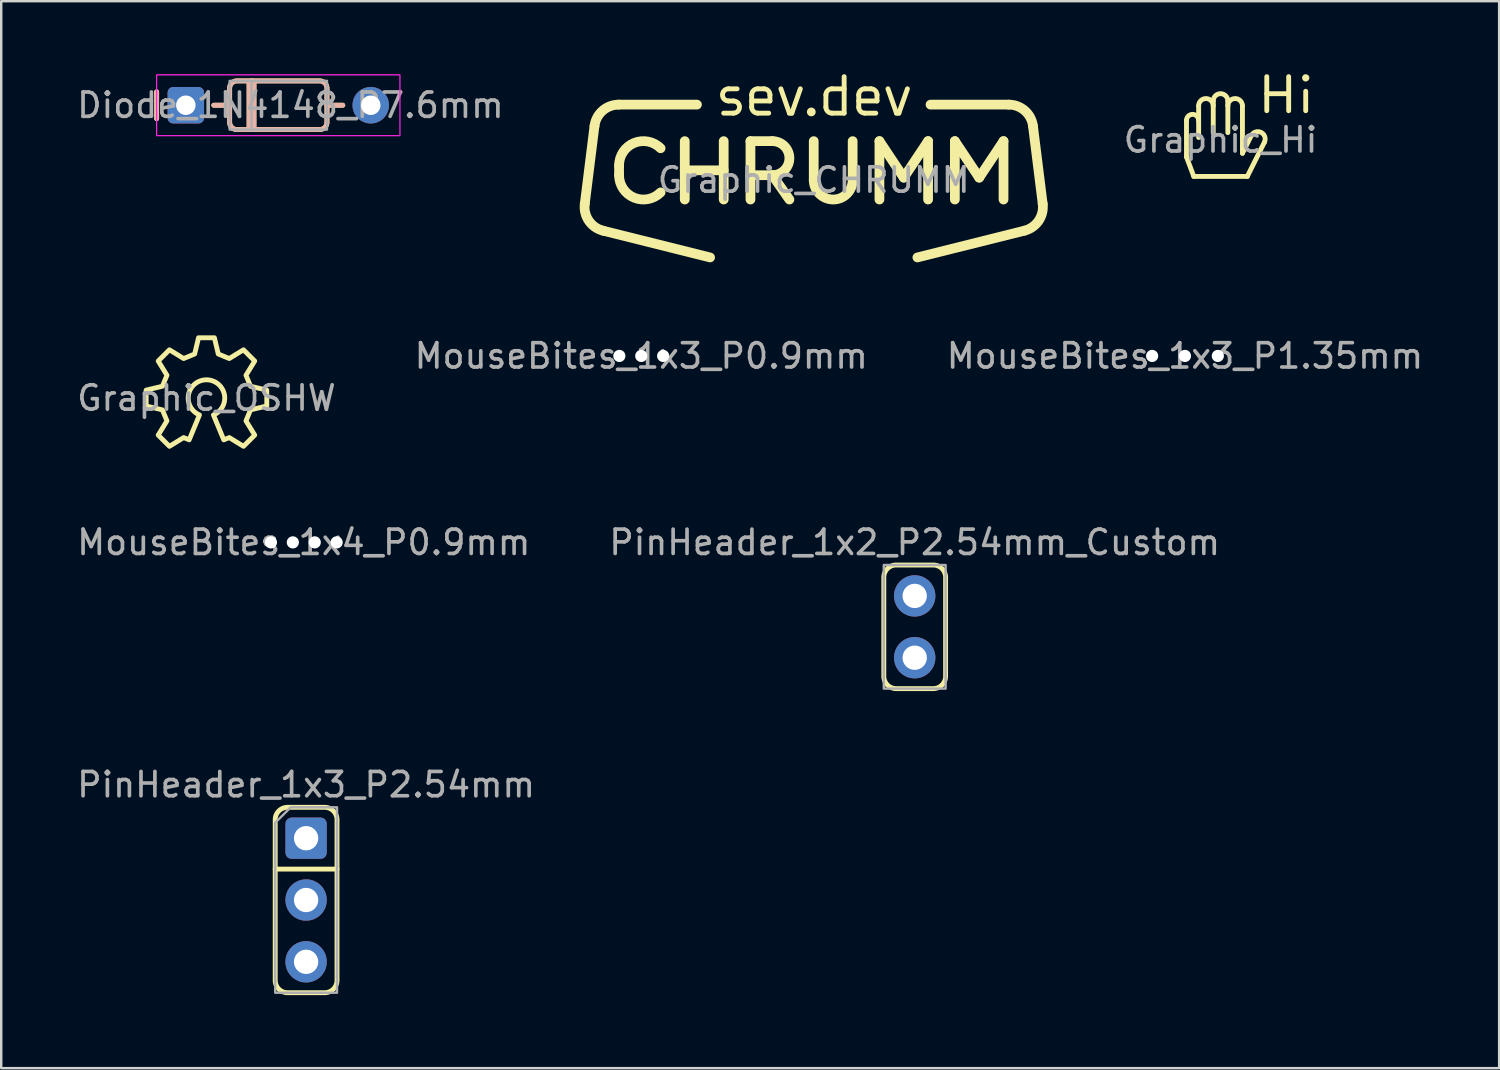
<source format=kicad_pcb>
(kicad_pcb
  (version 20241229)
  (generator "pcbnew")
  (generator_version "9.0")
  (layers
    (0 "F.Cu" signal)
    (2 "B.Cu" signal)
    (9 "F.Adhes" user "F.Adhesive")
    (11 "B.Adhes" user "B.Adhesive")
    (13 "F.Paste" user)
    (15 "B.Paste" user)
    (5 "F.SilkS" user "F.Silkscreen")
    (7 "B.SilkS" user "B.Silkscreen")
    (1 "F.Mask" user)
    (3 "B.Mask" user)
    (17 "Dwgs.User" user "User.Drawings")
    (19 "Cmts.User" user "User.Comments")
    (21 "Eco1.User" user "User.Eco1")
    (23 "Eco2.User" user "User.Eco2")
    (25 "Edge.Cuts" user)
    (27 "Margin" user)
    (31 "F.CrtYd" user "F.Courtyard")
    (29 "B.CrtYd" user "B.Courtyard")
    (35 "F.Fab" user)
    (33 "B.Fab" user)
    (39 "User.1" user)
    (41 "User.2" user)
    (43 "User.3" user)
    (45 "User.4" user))
  (footprint "Graphic_CHRUMM"
    (layer "F.Cu")
    (at 30.392 4.35)
    (property "Reference" "Graphic_CHRUMM" (at 0 0 0) (layer "F.Fab") (effects (font (size 1 1) (thickness 0.15))))
    (attr board_only exclude_from_pos_files exclude_from_bom allow_missing_courtyard)
    (fp_line (start -9.01 -2.22) (end -9.41 0.98) (stroke (width 0.4) (type solid)) (layer "F.SilkS"))
    (fp_line (start -8 -0.6) (end -8 -0.2) (stroke (width 0.4) (type solid)) (layer "F.SilkS"))
    (fp_line (start -5.3 -1.6) (end -5.3 0.8) (stroke (width 0.4) (type solid)) (layer "F.SilkS"))
    (fp_line (start -5.3 -0.4) (end -3.7 -0.4) (stroke (width 0.4) (type solid)) (layer "F.SilkS"))
    (fp_line (start -4.8 -3.1) (end -8.02 -3.1) (stroke (width 0.4) (type solid)) (layer "F.SilkS"))
    (fp_line (start -4.26 3.18) (end -8.66 2.08) (stroke (width 0.4) (type solid)) (layer "F.SilkS"))
    (fp_line (start -3.7 -1.6) (end -3.7 0.8) (stroke (width 0.4) (type solid)) (layer "F.SilkS"))
    (fp_line (start -3.5 -3.75) (end -3.15 -3.75) (stroke (width 0.2) (type solid)) (layer "F.SilkS"))
    (fp_line (start -3.5 -3.25) (end -3.3 -3.25) (stroke (width 0.2) (type solid)) (layer "F.SilkS"))
    (fp_line (start -3.3 -2.75) (end -3.7 -2.75) (stroke (width 0.2) (type solid)) (layer "F.SilkS"))
    (fp_line (start -2.6 -1.6) (end -2.6 0.8) (stroke (width 0.4) (type solid)) (layer "F.SilkS"))
    (fp_line (start -2.6 -0.2) (end -1.7 -0.2) (stroke (width 0.4) (type solid)) (layer "F.SilkS"))
    (fp_line (start -2.55 -3.5) (end -2.55 -3) (stroke (width 0.2) (type solid)) (layer "F.SilkS"))
    (fp_line (start -2.55 -3.25) (end -1.8 -3.25) (stroke (width 0.2) (type solid)) (layer "F.SilkS"))
    (fp_line (start -2.3 -3.75) (end -2.05 -3.75) (stroke (width 0.2) (type solid)) (layer "F.SilkS"))
    (fp_line (start -2.3 -2.75) (end -1.85 -2.75) (stroke (width 0.2) (type solid)) (layer "F.SilkS"))
    (fp_line (start -1.8 -3.5) (end -1.8 -3.25) (stroke (width 0.2) (type solid)) (layer "F.SilkS"))
    (fp_line (start -1.7 -1.6) (end -2.6 -1.6) (stroke (width 0.4) (type solid)) (layer "F.SilkS"))
    (fp_line (start -1.7 -0.2) (end -1 0.8) (stroke (width 0.4) (type solid)) (layer "F.SilkS"))
    (fp_line (start -1.35 -3.75) (end -1 -2.75) (stroke (width 0.2) (type solid)) (layer "F.SilkS"))
    (fp_line (start -1 -2.75) (end -0.9 -2.75) (stroke (width 0.2) (type solid)) (layer "F.SilkS"))
    (fp_line (start -0.9 -2.75) (end -0.55 -3.75) (stroke (width 0.2) (type solid)) (layer "F.SilkS"))
    (fp_line (start 0 -1.6) (end 0 0) (stroke (width 0.4) (type solid)) (layer "F.SilkS"))
    (fp_line (start 0.5 -3.5) (end 0.5 -3) (stroke (width 0.2) (type solid)) (layer "F.SilkS"))
    (fp_line (start 0.75 -3.75) (end 1.25 -3.75) (stroke (width 0.2) (type solid)) (layer "F.SilkS"))
    (fp_line (start 1.25 -4.25) (end 1.25 -2.75) (stroke (width 0.2) (type solid)) (layer "F.SilkS"))
    (fp_line (start 1.25 -2.75) (end 0.75 -2.75) (stroke (width 0.2) (type solid)) (layer "F.SilkS"))
    (fp_line (start 1.6 -1.6) (end 1.6 0) (stroke (width 0.4) (type solid)) (layer "F.SilkS"))
    (fp_line (start 1.85 -3.5) (end 1.85 -3) (stroke (width 0.2) (type solid)) (layer "F.SilkS"))
    (fp_line (start 1.85 -3.25) (end 2.6 -3.25) (stroke (width 0.2) (type solid)) (layer "F.SilkS"))
    (fp_line (start 2.1 -3.75) (end 2.35 -3.75) (stroke (width 0.2) (type solid)) (layer "F.SilkS"))
    (fp_line (start 2.1 -2.75) (end 2.55 -2.75) (stroke (width 0.2) (type solid)) (layer "F.SilkS"))
    (fp_line (start 2.6 -3.5) (end 2.6 -3.25) (stroke (width 0.2) (type solid)) (layer "F.SilkS"))
    (fp_line (start 2.7 -1.6) (end 2.7 0.8) (stroke (width 0.4) (type solid)) (layer "F.SilkS"))
    (fp_line (start 3.05 -3.75) (end 3.4 -2.75) (stroke (width 0.2) (type solid)) (layer "F.SilkS"))
    (fp_line (start 3.4 -2.75) (end 3.5 -2.75) (stroke (width 0.2) (type solid)) (layer "F.SilkS"))
    (fp_line (start 3.5 -2.75) (end 3.85 -3.75) (stroke (width 0.2) (type solid)) (layer "F.SilkS"))
    (fp_line (start 3.7 -0.1) (end 2.7 -1.6) (stroke (width 0.4) (type solid)) (layer "F.SilkS"))
    (fp_line (start 4.26 3.18) (end 8.66 2.08) (stroke (width 0.4) (type solid)) (layer "F.SilkS"))
    (fp_line (start 4.7 -1.6) (end 3.7 -0.1) (stroke (width 0.4) (type solid)) (layer "F.SilkS"))
    (fp_line (start 4.7 0.8) (end 4.7 -1.6) (stroke (width 0.4) (type solid)) (layer "F.SilkS"))
    (fp_line (start 4.8 -3.1) (end 8.02 -3.1) (stroke (width 0.4) (type solid)) (layer "F.SilkS"))
    (fp_line (start 5.8 -1.6) (end 5.8 0.8) (stroke (width 0.4) (type solid)) (layer "F.SilkS"))
    (fp_line (start 6.8 -0.1) (end 5.8 -1.6) (stroke (width 0.4) (type solid)) (layer "F.SilkS"))
    (fp_line (start 7.8 -1.6) (end 6.8 -0.1) (stroke (width 0.4) (type solid)) (layer "F.SilkS"))
    (fp_line (start 7.8 0.8) (end 7.8 -1.6) (stroke (width 0.4) (type solid)) (layer "F.SilkS"))
    (fp_line (start 9.01 -2.22) (end 9.41 0.98) (stroke (width 0.4) (type solid)) (layer "F.SilkS"))
    (fp_arc (start -9.01 -2.22) (mid -8.681 -2.847) (end -8.02 -3.1) (stroke (width 0.4) (type solid)) (layer "F.SilkS"))
    (fp_arc (start -8.66 2.08) (mid -9.244 1.672) (end -9.41 0.98) (stroke (width 0.4) (type solid)) (layer "F.SilkS"))
    (fp_arc (start -8 -0.6) (mid -7.383 -1.524) (end -6.293 -1.307) (stroke (width 0.4) (type solid)) (layer "F.SilkS"))
    (fp_arc (start -6.293 0.507) (mid -7.383 0.724) (end -8 -0.2) (stroke (width 0.4) (type solid)) (layer "F.SilkS"))
    (fp_arc (start -3.5 -3.25) (mid -3.75 -3.5) (end -3.5 -3.75) (stroke (width 0.2) (type solid)) (layer "F.SilkS"))
    (fp_arc (start -3.3 -3.25) (mid -3.05 -3) (end -3.3 -2.75) (stroke (width 0.2) (type solid)) (layer "F.SilkS"))
    (fp_arc (start -2.55 -3.5) (mid -2.477 -3.677) (end -2.3 -3.75) (stroke (width 0.2) (type solid)) (layer "F.SilkS"))
    (fp_arc (start -2.3 -2.75) (mid -2.477 -2.823) (end -2.55 -3) (stroke (width 0.2) (type solid)) (layer "F.SilkS"))
    (fp_arc (start -2.05 -3.75) (mid -1.873 -3.677) (end -1.8 -3.5) (stroke (width 0.2) (type solid)) (layer "F.SilkS"))
    (fp_arc (start -1.7 -1.6) (mid -1 -0.9) (end -1.7 -0.2) (stroke (width 0.4) (type solid)) (layer "F.SilkS"))
    (fp_arc (start 0.5 -3.5) (mid 0.573 -3.677) (end 0.75 -3.75) (stroke (width 0.2) (type solid)) (layer "F.SilkS"))
    (fp_arc (start 0.75 -2.75) (mid 0.573 -2.823) (end 0.5 -3) (stroke (width 0.2) (type solid)) (layer "F.SilkS"))
    (fp_arc (start 1.6 0) (mid 0.8 0.8) (end 0 0) (stroke (width 0.4) (type solid)) (layer "F.SilkS"))
    (fp_arc (start 1.85 -3.5) (mid 1.923 -3.677) (end 2.1 -3.75) (stroke (width 0.2) (type solid)) (layer "F.SilkS"))
    (fp_arc (start 2.1 -2.75) (mid 1.923 -2.823) (end 1.85 -3) (stroke (width 0.2) (type solid)) (layer "F.SilkS"))
    (fp_arc (start 2.35 -3.75) (mid 2.527 -3.677) (end 2.6 -3.5) (stroke (width 0.2) (type solid)) (layer "F.SilkS"))
    (fp_arc (start 8.02 -3.1) (mid 8.681 -2.847) (end 9.01 -2.22) (stroke (width 0.4) (type solid)) (layer "F.SilkS"))
    (fp_arc (start 9.41 0.98) (mid 9.244 1.672) (end 8.66 2.08) (stroke (width 0.4) (type solid)) (layer "F.SilkS"))
    (fp_circle (center -0.1 -2.8) (end 0.08 -2.8) (stroke (width 0) (type solid)) (fill yes) (layer "F.SilkS"))
    (fp_text user "${REVISION}" (at 0 2.9 0) (unlocked yes) (layer "F.SilkS") (effects (font (size 1.8 1.8) (thickness 0.25)))))
  (footprint "Diode_1N4148_P7.6mm"
    (layer "F.Cu")
    (at 8.387 1.275)
    (property "Reference" "Diode_1N4148_P7.6mm" (at 0.5 0 0) (unlocked yes) (layer "F.Fab") (effects (font (size 1 1) (thickness 0.15))))
    (attr through_hole)
    (fp_line (start -5 0.55) (end -5 -0.55) (stroke (width 0.2) (type solid)) (layer "F.SilkS"))
    (fp_line (start -2.65 0) (end -2 0) (stroke (width 0.2) (type solid)) (layer "F.SilkS"))
    (fp_line (start -1.1 -0.9) (end -1.1 0.9) (stroke (width 0.4) (type solid)) (layer "F.SilkS"))
    (fp_line (start 2 0) (end 2.65 0) (stroke (width 0.2) (type solid)) (layer "F.SilkS"))
    (fp_poly (pts (arc (start 2 -0.7) (mid 1.912132 -0.912132) (end 1.7 -1)) (arc (start -1.7 -1) (mid -1.912132 -0.912132) (end -2 -0.7)) (arc (start -2 0.7) (mid -1.912132 0.912132) (end -1.7 1)) (arc (start 1.7 1) (mid 1.912132 0.912132) (end 2 0.7))) (stroke (width 0.2) (type solid)) (fill no) (layer "F.SilkS"))
    (fp_line (start -5 0.55) (end -5 -0.55) (stroke (width 0.2) (type solid)) (layer "B.SilkS"))
    (fp_line (start -2.65 0) (end -2 0) (stroke (width 0.2) (type solid)) (layer "B.SilkS"))
    (fp_line (start -1.1 0.9) (end -1.1 -0.9) (stroke (width 0.4) (type solid)) (layer "B.SilkS"))
    (fp_line (start 2 0) (end 2.65 0) (stroke (width 0.2) (type solid)) (layer "B.SilkS"))
    (fp_poly (pts (arc (start 2 -0.7) (mid 1.912132 -0.912132) (end 1.7 -1)) (arc (start -1.7 -1) (mid -1.912132 -0.912132) (end -2 -0.7)) (arc (start -2 0.7) (mid -1.912132 0.912132) (end -1.7 1)) (arc (start 1.7 1) (mid 1.912132 0.912132) (end 2 0.7))) (stroke (width 0.2) (type solid)) (fill no) (layer "B.SilkS"))
    (fp_rect (start -5 -1.25) (end 5 1.25) (stroke (width 0.05) (type solid)) (fill no) (layer "F.CrtYd"))
    (fp_line (start -1.1 -1) (end -1.1 1) (stroke (width 0.1) (type solid)) (layer "F.Fab"))
    (fp_rect (start -2 -1) (end 2 1) (stroke (width 0.1) (type solid)) (fill no) (layer "F.Fab"))
    (pad "1" thru_hole roundrect (at -3.8 0) (size 1.5 1.5) (drill 0.8) (layers "*.Cu" "*.Mask") (roundrect_rratio 0.15))
    (pad "2" thru_hole circle (at 3.8 0) (size 1.5 1.5) (drill 0.8) (layers "*.Cu" "*.Mask")))
  (footprint "MouseBites_1x3_P0.9mm"
    (layer "F.Cu")
    (at 23.304 11.578)
    (property "Reference" "MouseBites_1x3_P0.9mm" (at 0 0 0) (unlocked yes) (layer "F.Fab") (effects (font (size 1 1) (thickness 0.15))))
    (attr board_only exclude_from_pos_files exclude_from_bom allow_missing_courtyard)
    (pad "" np_thru_hole circle (at -0.9 0) (size 0.5 0.5) (drill 0.5) (layers "*.Cu" "*.Mask"))
    (pad "" np_thru_hole circle (at 0 0) (size 0.5 0.5) (drill 0.5) (layers "*.Cu" "*.Mask"))
    (pad "" np_thru_hole circle (at 0.9 0) (size 0.5 0.5) (drill 0.5) (layers "*.Cu" "*.Mask")))
  (footprint "Graphic_Hi"
    (layer "F.Cu")
    (at 47.111 2.7)
    (property "Reference" "Graphic_Hi" (at 0 0 0) (layer "F.Fab") (effects (font (size 1 1) (thickness 0.15))))
    (attr board_only exclude_from_pos_files exclude_from_bom allow_missing_courtyard)
    (fp_line (start -1.4 0.7) (end -1.4 -0.8) (stroke (width 0.2) (type solid)) (layer "F.SilkS"))
    (fp_line (start -1.4 0.7) (end -1.1 1.5) (stroke (width 0.2) (type solid)) (layer "F.SilkS"))
    (fp_line (start -0.9 -0.1) (end -0.9 -1.4) (stroke (width 0.2) (type solid)) (layer "F.SilkS"))
    (fp_line (start -0.3 -0.3) (end -0.3 -1.6) (stroke (width 0.2) (type solid)) (layer "F.SilkS"))
    (fp_line (start 0.3 -0.3) (end 0.3 -1.6) (stroke (width 0.2) (type solid)) (layer "F.SilkS"))
    (fp_line (start 0.9 0.55) (end 0.9 -1.4) (stroke (width 0.2) (type solid)) (layer "F.SilkS"))
    (fp_line (start 0.9 0.55) (end 1.26 -0.17) (stroke (width 0.2) (type solid)) (layer "F.SilkS"))
    (fp_line (start 1.1 1.5) (end -1.1 1.5) (stroke (width 0.2) (type solid)) (layer "F.SilkS"))
    (fp_line (start 1.1 1.5) (end 1.8 0.1) (stroke (width 0.2) (type solid)) (layer "F.SilkS"))
    (fp_line (start 1.9 -2.6) (end 1.9 -1.2) (stroke (width 0.2) (type solid)) (layer "F.SilkS"))
    (fp_line (start 2.8 -2.6) (end 2.8 -1.2) (stroke (width 0.2) (type solid)) (layer "F.SilkS"))
    (fp_line (start 2.8 -1.9) (end 1.9 -1.9) (stroke (width 0.2) (type solid)) (layer "F.SilkS"))
    (fp_line (start 3.5 -2) (end 3.5 -1.2) (stroke (width 0.2) (type solid)) (layer "F.SilkS"))
    (fp_arc (start -1.4 -0.8) (mid -1.15 -1.05) (end -0.9 -0.8) (stroke (width 0.2) (type solid)) (layer "F.SilkS"))
    (fp_arc (start -0.9 -1.4) (mid -0.6 -1.7) (end -0.3 -1.4) (stroke (width 0.2) (type solid)) (layer "F.SilkS"))
    (fp_arc (start -0.3 -1.6) (mid 0 -1.9) (end 0.3 -1.6) (stroke (width 0.2) (type solid)) (layer "F.SilkS"))
    (fp_arc (start 0.3 -1.4) (mid 0.6 -1.7) (end 0.9 -1.4) (stroke (width 0.2) (type solid)) (layer "F.SilkS"))
    (fp_arc (start 1.26 -0.17) (mid 1.665 -0.305) (end 1.8 0.1) (stroke (width 0.2) (type solid)) (layer "F.SilkS"))
    (fp_circle (center 3.5 -2.55) (end 3.65 -2.55) (stroke (width 0) (type solid)) (fill yes) (layer "F.SilkS")))
  (footprint "PinHeader_1x2_P2.54mm_Custom"
    (layer "F.Cu")
    (at 34.542 22.71)
    (property "Reference" "PinHeader_1x2_P2.54mm_Custom" (at 0 -3.47 0) (layer "F.Fab") (effects (font (size 1 1) (thickness 0.15))))
    (attr through_hole board_only exclude_from_pos_files exclude_from_bom allow_missing_courtyard)
    (fp_poly (pts (arc (start 0.762 2.54) (mid 1.12121 2.39121) (end 1.27 2.032)) (arc (start 1.27 -2.032) (mid 1.12121 -2.39121) (end 0.762 -2.54)) (arc (start -0.762 -2.54) (mid -1.12121 -2.39121) (end -1.27 -2.032)) (arc (start -1.27 2.032) (mid -1.12121 2.39121) (end -0.762 2.54))) (stroke (width 0.2) (type solid)) (fill no) (layer "F.SilkS"))
    (fp_rect (start -1.27 -2.54) (end 1.27 2.54) (stroke (width 0.1) (type default)) (fill no) (layer "F.Fab"))
    (pad "1" thru_hole circle (at 0 -1.27) (size 1.7 1.7) (drill 1) (layers "*.Cu" "*.Mask"))
    (pad "2" thru_hole circle (at 0 1.27) (size 1.7 1.7) (drill 1) (layers "*.Cu" "*.Mask")))
  (footprint "MouseBites_1x3_P1.35mm"
    (layer "F.Cu")
    (at 45.649 11.578)
    (property "Reference" "MouseBites_1x3_P1.35mm" (at 0 0 0) (unlocked yes) (layer "F.Fab") (effects (font (size 1 1) (thickness 0.15))))
    (attr board_only exclude_from_pos_files exclude_from_bom allow_missing_courtyard)
    (pad "" np_thru_hole circle (at -1.35 0) (size 0.5 0.5) (drill 0.5) (layers "*.Cu" "*.Mask"))
    (pad "" np_thru_hole circle (at 0 0) (size 0.5 0.5) (drill 0.5) (layers "*.Cu" "*.Mask"))
    (pad "" np_thru_hole circle (at 1.35 0) (size 0.5 0.5) (drill 0.5) (layers "*.Cu" "*.Mask")))
  (footprint "Graphic_OSHW"
    (layer "F.Cu")
    (at 5.435 13.309)
    (property "Reference" "Graphic_OSHW" (at 0 0 0) (layer "F.Fab") (effects (font (size 1 1) (thickness 0.15))))
    (attr board_only exclude_from_pos_files exclude_from_bom allow_missing_courtyard)
    (fp_poly (pts (arc (start -0.287 0.693) (mid 0 -0.75) (end 0.287 0.693)) (xy 0.711 1.717) (xy 0.938 1.624) (xy 1.522 1.983) (xy 1.983 1.522) (xy 1.624 0.938) (xy 1.811 0.485) (xy 2.479 0.326) (xy 2.479 -0.326) (xy 1.811 -0.485) (xy 1.624 -0.937) (xy 1.983 -1.522) (xy 1.522 -1.983) (xy 0.938 -1.624) (xy 0.485 -1.811) (xy 0.326 -2.479) (xy -0.326 -2.479) (xy -0.485 -1.811) (xy -0.937 -1.624) (xy -1.522 -1.983) (xy -1.983 -1.522) (xy -1.624 -0.937) (xy -1.811 -0.485) (xy -2.479 -0.326) (xy -2.479 0.326) (xy -1.811 0.485) (xy -1.624 0.938) (xy -1.983 1.522) (xy -1.522 1.983) (xy -0.937 1.624) (xy -0.711 1.717)) (stroke (width 0.2) (type solid)) (fill no) (layer "F.SilkS")))
  (footprint "PinHeader_1x3_P2.54mm"
    (layer "F.Cu")
    (at 9.53 33.938)
    (property "Reference" "PinHeader_1x3_P2.54mm" (at 0 -4.74 0) (layer "F.Fab") (effects (font (size 1 1) (thickness 0.15))))
    (attr through_hole board_only exclude_from_pos_files exclude_from_bom allow_missing_courtyard)
    (fp_line (start -1.27 -1.27) (end 1.27 -1.27) (stroke (width 0.2) (type default)) (layer "F.SilkS"))
    (fp_poly (pts (arc (start -1.27 3.302) (mid -1.12121 3.66121) (end -0.762 3.81)) (arc (start 0.762 3.81) (mid 1.12121 3.66121) (end 1.27 3.302)) (arc (start 1.27 -3.302) (mid 1.12121 -3.66121) (end 0.762 -3.81)) (arc (start -0.762 -3.81) (mid -1.12121 -3.66121) (end -1.27 -3.302))) (stroke (width 0.2) (type solid)) (fill no) (layer "F.SilkS"))
    (fp_poly (pts (xy 1.27 -3.81) (xy 1.27 3.81) (xy -1.27 3.81) (xy -1.27 -3.175) (xy -0.635 -3.81)) (stroke (width 0.1) (type solid)) (fill no) (layer "F.Fab"))
    (pad "1" thru_hole roundrect (at 0 -2.54) (size 1.7 1.7) (drill 1) (layers "*.Cu" "*.Mask") (roundrect_rratio 0.15))
    (pad "2" thru_hole circle (at 0 0) (size 1.7 1.7) (drill 1) (layers "*.Cu" "*.Mask"))
    (pad "3" thru_hole circle (at 0 2.54) (size 1.7 1.7) (drill 1) (layers "*.Cu" "*.Mask")))
  (footprint "MouseBites_1x4_P0.9mm"
    (layer "F.Cu")
    (at 9.435 19.24)
    (property "Reference" "MouseBites_1x4_P0.9mm" (at 0 0 0) (unlocked yes) (layer "F.Fab") (effects (font (size 1 1) (thickness 0.15))))
    (attr board_only exclude_from_pos_files exclude_from_bom allow_missing_courtyard)
    (pad "" np_thru_hole circle (at -1.35 0) (size 0.5 0.5) (drill 0.5) (layers "*.Cu" "*.Mask"))
    (pad "" np_thru_hole circle (at -0.45 0) (size 0.5 0.5) (drill 0.5) (layers "*.Cu" "*.Mask"))
    (pad "" np_thru_hole circle (at 0.45 0) (size 0.5 0.5) (drill 0.5) (layers "*.Cu" "*.Mask"))
    (pad "" np_thru_hole circle (at 1.35 0) (size 0.5 0.5) (drill 0.5) (layers "*.Cu" "*.Mask")))
  (gr_rect
    (start -3 -3)
    (end 58.56 40.849)
    (stroke (width 0.1) (type default))
    (fill no)
    (layer "Edge.Cuts")))
</source>
